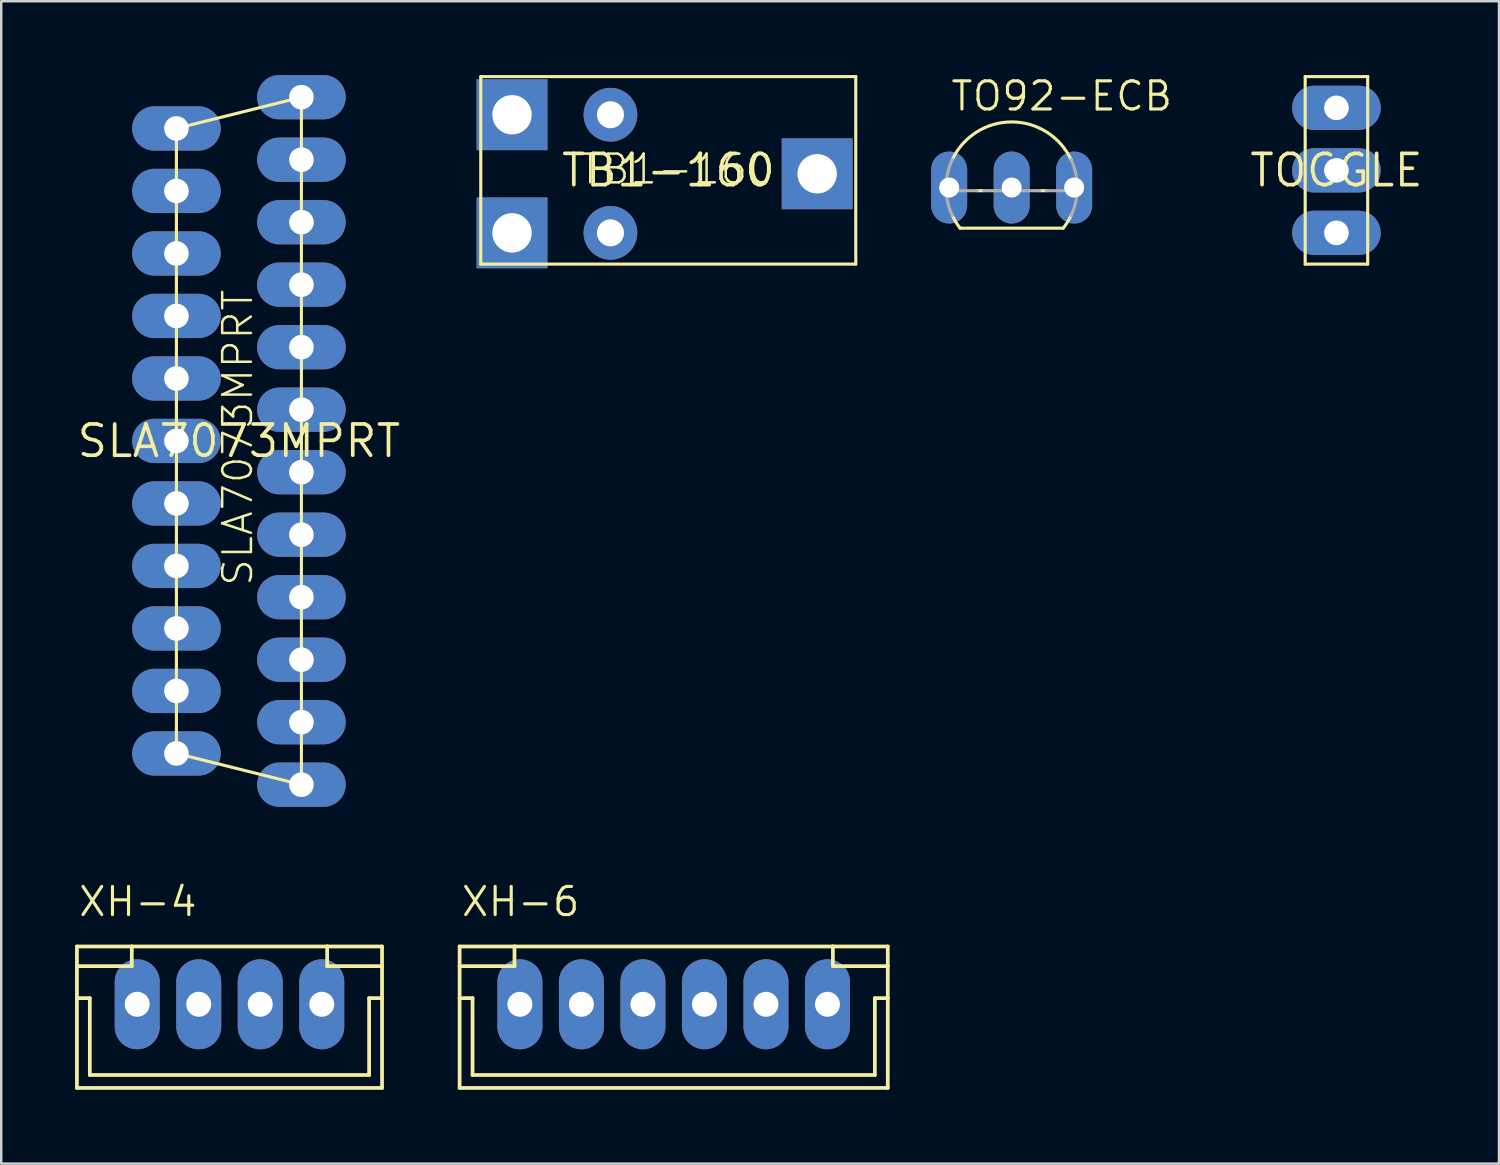
<source format=kicad_pcb>
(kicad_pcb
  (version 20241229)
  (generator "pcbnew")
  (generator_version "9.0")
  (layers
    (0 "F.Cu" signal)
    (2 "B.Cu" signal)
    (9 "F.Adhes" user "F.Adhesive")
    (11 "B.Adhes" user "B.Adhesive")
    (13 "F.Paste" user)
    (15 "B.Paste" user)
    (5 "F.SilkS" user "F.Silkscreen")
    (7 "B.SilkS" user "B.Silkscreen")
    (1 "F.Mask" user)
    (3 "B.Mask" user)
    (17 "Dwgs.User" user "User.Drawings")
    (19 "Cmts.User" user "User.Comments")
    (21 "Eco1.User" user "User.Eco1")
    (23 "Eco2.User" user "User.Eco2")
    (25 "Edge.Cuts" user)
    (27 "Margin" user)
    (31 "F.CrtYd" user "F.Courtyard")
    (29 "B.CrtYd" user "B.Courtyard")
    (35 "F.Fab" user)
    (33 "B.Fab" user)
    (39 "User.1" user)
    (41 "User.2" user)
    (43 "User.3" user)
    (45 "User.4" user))
  (footprint "TOGGLE"
    (layer "F.Cu")
    (at 51.263 3.873)
    (property "Reference" "TOGGLE" (at 0 0 0) (layer "F.SilkS") (effects (font (size 1.27 1.27) (thickness 0.15))))
    (fp_line (start -1.27 -3.81) (end -1.27 3.81) (stroke (width 0.127) (type solid)) (layer "F.SilkS"))
    (fp_line (start -1.27 3.81) (end 1.27 3.81) (stroke (width 0.127) (type solid)) (layer "F.SilkS"))
    (fp_line (start 1.27 -3.81) (end -1.27 -3.81) (stroke (width 0.127) (type solid)) (layer "F.SilkS"))
    (fp_line (start 1.27 3.81) (end 1.27 -3.81) (stroke (width 0.127) (type solid)) (layer "F.SilkS"))
    (pad "1" thru_hole oval (at 0 -2.54) (size 3.6 1.8) (drill 1) (layers "*.Cu" "*.Mask"))
    (pad "2" thru_hole oval (at 0 0) (size 3.6 1.8) (drill 1) (layers "*.Cu" "*.Mask"))
    (pad "3" thru_hole oval (at 0 2.54) (size 3.6 1.8) (drill 1) (layers "*.Cu" "*.Mask")))
  (footprint "XH-6"
    (layer "F.Cu")
    (at 24.329 37.764)
    (property "Reference" "XH-6" (at -8.7 -3.5 0) (layer "F.SilkS") (effects (font (size 1.143 1.143) (thickness 0.127)) (justify left bottom)))
    (fp_line (start -8.7 -2.35) (end -8.7 -1.55) (stroke (width 0.152) (type solid)) (layer "F.SilkS"))
    (fp_line (start -8.7 -2.35) (end -6.47 -2.35) (stroke (width 0.152) (type solid)) (layer "F.SilkS"))
    (fp_line (start -8.7 -1.55) (end -8.7 -0.25) (stroke (width 0.152) (type solid)) (layer "F.SilkS"))
    (fp_line (start -8.7 -1.55) (end -6.47 -1.55) (stroke (width 0.152) (type solid)) (layer "F.SilkS"))
    (fp_line (start -8.7 -0.25) (end -8.7 3.4) (stroke (width 0.152) (type solid)) (layer "F.SilkS"))
    (fp_line (start -8.7 -0.25) (end -8.175 -0.25) (stroke (width 0.152) (type solid)) (layer "F.SilkS"))
    (fp_line (start -8.175 -0.25) (end -8.175 2.875) (stroke (width 0.152) (type solid)) (layer "F.SilkS"))
    (fp_line (start -8.175 2.875) (end 8.175 2.875) (stroke (width 0.152) (type solid)) (layer "F.SilkS"))
    (fp_line (start -6.47 -2.35) (end 6.47 -2.35) (stroke (width 0.152) (type solid)) (layer "F.SilkS"))
    (fp_line (start -6.47 -1.55) (end -6.47 -2.35) (stroke (width 0.152) (type solid)) (layer "F.SilkS"))
    (fp_line (start 6.47 -2.35) (end 6.47 -1.55) (stroke (width 0.152) (type solid)) (layer "F.SilkS"))
    (fp_line (start 6.47 -2.35) (end 8.7 -2.35) (stroke (width 0.152) (type solid)) (layer "F.SilkS"))
    (fp_line (start 6.47 -1.55) (end 8.7 -1.55) (stroke (width 0.152) (type solid)) (layer "F.SilkS"))
    (fp_line (start 8.175 -0.25) (end 8.7 -0.25) (stroke (width 0.152) (type solid)) (layer "F.SilkS"))
    (fp_line (start 8.175 2.875) (end 8.175 -0.25) (stroke (width 0.152) (type solid)) (layer "F.SilkS"))
    (fp_line (start 8.7 -2.35) (end 8.7 -1.55) (stroke (width 0.152) (type solid)) (layer "F.SilkS"))
    (fp_line (start 8.7 -1.55) (end 8.7 -0.25) (stroke (width 0.152) (type solid)) (layer "F.SilkS"))
    (fp_line (start 8.7 -0.25) (end 8.7 3.4) (stroke (width 0.152) (type solid)) (layer "F.SilkS"))
    (fp_line (start 8.7 3.4) (end -8.7 3.4) (stroke (width 0.152) (type solid)) (layer "F.SilkS"))
    (pad "1" thru_hole oval (at -6.25 0 90) (size 3.658 1.829) (drill 1.016) (layers "*.Cu" "*.Mask"))
    (pad "2" thru_hole oval (at -3.75 0 90) (size 3.658 1.829) (drill 1.016) (layers "*.Cu" "*.Mask"))
    (pad "3" thru_hole oval (at -1.25 0 90) (size 3.658 1.829) (drill 1.016) (layers "*.Cu" "*.Mask"))
    (pad "4" thru_hole oval (at 1.25 0 90) (size 3.658 1.829) (drill 1.016) (layers "*.Cu" "*.Mask"))
    (pad "5" thru_hole oval (at 3.75 0 90) (size 3.658 1.829) (drill 1.016) (layers "*.Cu" "*.Mask"))
    (pad "6" thru_hole oval (at 6.25 0 90) (size 3.658 1.829) (drill 1.016) (layers "*.Cu" "*.Mask")))
  (footprint "TO92-ECB"
    (layer "F.Cu")
    (at 38.064 4.572)
    (property "Reference" "TO92-ECB" (at -2.54 -3.048 0) (layer "F.SilkS") (effects (font (size 1.143 1.143) (thickness 0.127)) (justify left bottom)))
    (fp_line (start -2.095 1.651) (end 2.095 1.651) (stroke (width 0.127) (type solid)) (layer "F.SilkS"))
    (fp_line (start -1.136 0.127) (end -1.404 0.127) (stroke (width 0.127) (type solid)) (layer "F.SilkS"))
    (fp_line (start 1.404 0.127) (end 1.136 0.127) (stroke (width 0.127) (type solid)) (layer "F.SilkS"))
    (fp_arc (start -2.413 -1.1359) (mid -0.000001 -2.666986) (end 2.412999 -1.135901) (stroke (width 0.127) (type solid)) (layer "F.SilkS"))
    (fp_arc (start -2.095 1.651) (mid -2.268918 1.40252) (end -2.4135 1.1359) (stroke (width 0.127) (type solid)) (layer "F.SilkS"))
    (fp_arc (start 2.4247 1.1118) (mid 2.275878 1.391201) (end 2.095 1.651) (stroke (width 0.127) (type solid)) (layer "F.SilkS"))
    (fp_line (start -1.404 0.127) (end -2.664 0.127) (stroke (width 0.127) (type solid)) (layer "F.Fab"))
    (fp_line (start 1.136 0.127) (end -1.136 0.127) (stroke (width 0.127) (type solid)) (layer "F.Fab"))
    (fp_line (start 2.664 0.127) (end 1.404 0.127) (stroke (width 0.127) (type solid)) (layer "F.Fab"))
    (fp_arc (start -2.663999 0.127) (mid -2.615866 -0.519826) (end -2.413 -1.1359) (stroke (width 0.127) (type solid)) (layer "F.Fab"))
    (fp_arc (start -2.413 1.1359) (mid -2.588137 0.643799) (end -2.664 0.127) (stroke (width 0.127) (type solid)) (layer "F.Fab"))
    (fp_arc (start 2.413 -1.1359) (mid 2.615846 -0.519822) (end 2.664 0.127) (stroke (width 0.127) (type solid)) (layer "F.Fab"))
    (fp_arc (start 2.664 0.127) (mid 2.588137 0.643799) (end 2.413 1.1359) (stroke (width 0.127) (type solid)) (layer "F.Fab"))
    (pad "B" thru_hole oval (at 2.54 0 90) (size 2.926 1.463) (drill 0.813) (layers "*.Cu" "*.Mask"))
    (pad "C" thru_hole oval (at 0 0 90) (size 2.926 1.463) (drill 0.813) (layers "*.Cu" "*.Mask"))
    (pad "E" thru_hole oval (at -2.54 0 90) (size 2.926 1.463) (drill 0.813) (layers "*.Cu" "*.Mask")))
  (footprint "XH-4"
    (layer "F.Cu")
    (at 6.276 37.764)
    (property "Reference" "XH-4" (at -6.2 -3.5 0) (layer "F.SilkS") (effects (font (size 1.143 1.143) (thickness 0.127)) (justify left bottom)))
    (fp_line (start -6.2 -2.35) (end -6.2 -1.55) (stroke (width 0.152) (type solid)) (layer "F.SilkS"))
    (fp_line (start -6.2 -2.35) (end -3.97 -2.35) (stroke (width 0.152) (type solid)) (layer "F.SilkS"))
    (fp_line (start -6.2 -1.55) (end -6.2 -0.25) (stroke (width 0.152) (type solid)) (layer "F.SilkS"))
    (fp_line (start -6.2 -1.55) (end -3.97 -1.55) (stroke (width 0.152) (type solid)) (layer "F.SilkS"))
    (fp_line (start -6.2 -0.25) (end -6.2 3.4) (stroke (width 0.152) (type solid)) (layer "F.SilkS"))
    (fp_line (start -6.2 -0.25) (end -5.675 -0.25) (stroke (width 0.152) (type solid)) (layer "F.SilkS"))
    (fp_line (start -5.675 -0.25) (end -5.675 2.875) (stroke (width 0.152) (type solid)) (layer "F.SilkS"))
    (fp_line (start -5.675 2.875) (end 5.675 2.875) (stroke (width 0.152) (type solid)) (layer "F.SilkS"))
    (fp_line (start -3.97 -2.35) (end 3.97 -2.35) (stroke (width 0.152) (type solid)) (layer "F.SilkS"))
    (fp_line (start -3.97 -1.55) (end -3.97 -2.35) (stroke (width 0.152) (type solid)) (layer "F.SilkS"))
    (fp_line (start 3.97 -2.35) (end 3.97 -1.55) (stroke (width 0.152) (type solid)) (layer "F.SilkS"))
    (fp_line (start 3.97 -2.35) (end 6.2 -2.35) (stroke (width 0.152) (type solid)) (layer "F.SilkS"))
    (fp_line (start 3.97 -1.55) (end 6.2 -1.55) (stroke (width 0.152) (type solid)) (layer "F.SilkS"))
    (fp_line (start 5.675 -0.25) (end 6.2 -0.25) (stroke (width 0.152) (type solid)) (layer "F.SilkS"))
    (fp_line (start 5.675 2.875) (end 5.675 -0.25) (stroke (width 0.152) (type solid)) (layer "F.SilkS"))
    (fp_line (start 6.2 -2.35) (end 6.2 -1.55) (stroke (width 0.152) (type solid)) (layer "F.SilkS"))
    (fp_line (start 6.2 -1.55) (end 6.2 -0.25) (stroke (width 0.152) (type solid)) (layer "F.SilkS"))
    (fp_line (start 6.2 -0.25) (end 6.2 3.4) (stroke (width 0.152) (type solid)) (layer "F.SilkS"))
    (fp_line (start 6.2 3.4) (end -6.2 3.4) (stroke (width 0.152) (type solid)) (layer "F.SilkS"))
    (pad "1" thru_hole oval (at -3.75 0 90) (size 3.658 1.829) (drill 1.016) (layers "*.Cu" "*.Mask"))
    (pad "2" thru_hole oval (at -1.25 0 90) (size 3.658 1.829) (drill 1.016) (layers "*.Cu" "*.Mask"))
    (pad "3" thru_hole oval (at 1.25 0 90) (size 3.658 1.829) (drill 1.016) (layers "*.Cu" "*.Mask"))
    (pad "4" thru_hole oval (at 3.75 0 90) (size 3.658 1.829) (drill 1.016) (layers "*.Cu" "*.Mask")))
  (footprint "SLA7073MPRT"
    (layer "F.Cu")
    (at 6.66 14.87)
    (property "Reference" "SLA7073MPRT" (at 0 0 0) (layer "F.SilkS") (effects (font (size 1.27 1.27) (thickness 0.15))))
    (fp_line (start -2.54 -12.7) (end -2.54 12.7) (stroke (width 0.127) (type solid)) (layer "F.SilkS"))
    (fp_line (start -2.54 12.7) (end 2.54 13.97) (stroke (width 0.127) (type solid)) (layer "F.SilkS"))
    (fp_line (start 2.54 -13.97) (end -2.54 -12.7) (stroke (width 0.127) (type solid)) (layer "F.SilkS"))
    (fp_line (start 2.54 13.97) (end 2.54 -13.97) (stroke (width 0.127) (type solid)) (layer "F.SilkS"))
    (fp_text user "SLA7073MPRT" (at 0.635 5.969 90) (layer "F.SilkS") (effects (font (size 1.168 1.168) (thickness 0.102)) (justify left bottom)))
    (pad "CLK" thru_hole oval (at -2.54 2.54) (size 3.6 1.8) (drill 1) (layers "*.Cu" "*.Mask"))
    (pad "DIR" thru_hole oval (at -2.54 -5.08) (size 3.6 1.8) (drill 1) (layers "*.Cu" "*.Mask"))
    (pad "FLAG" thru_hole oval (at -2.54 -7.62) (size 3.6 1.8) (drill 1) (layers "*.Cu" "*.Mask"))
    (pad "GND" thru_hole oval (at -2.54 0) (size 3.6 1.8) (drill 1) (layers "*.Cu" "*.Mask"))
    (pad "M1" thru_hole oval (at 2.54 6.35) (size 3.6 1.8) (drill 1) (layers "*.Cu" "*.Mask"))
    (pad "M2" thru_hole oval (at -2.54 5.08) (size 3.6 1.8) (drill 1) (layers "*.Cu" "*.Mask"))
    (pad "M3" thru_hole oval (at 2.54 3.81) (size 3.6 1.8) (drill 1) (layers "*.Cu" "*.Mask"))
    (pad "NC" thru_hole oval (at -2.54 7.62) (size 3.6 1.8) (drill 1) (layers "*.Cu" "*.Mask"))
    (pad "OUTA/1" thru_hole oval (at 2.54 11.43) (size 3.6 1.8) (drill 1) (layers "*.Cu" "*.Mask"))
    (pad "OUTA/2" thru_hole oval (at -2.54 10.16) (size 3.6 1.8) (drill 1) (layers "*.Cu" "*.Mask"))
    (pad "OUTA1" thru_hole oval (at 2.54 13.97) (size 3.6 1.8) (drill 1) (layers "*.Cu" "*.Mask"))
    (pad "OUTA2" thru_hole oval (at -2.54 12.7) (size 3.6 1.8) (drill 1) (layers "*.Cu" "*.Mask"))
    (pad "OUTB/1" thru_hole oval (at -2.54 -10.16) (size 3.6 1.8) (drill 1) (layers "*.Cu" "*.Mask"))
    (pad "OUTB/2" thru_hole oval (at 2.54 -11.43) (size 3.6 1.8) (drill 1) (layers "*.Cu" "*.Mask"))
    (pad "OUTB1" thru_hole oval (at -2.54 -12.7) (size 3.6 1.8) (drill 1) (layers "*.Cu" "*.Mask"))
    (pad "OUTB2" thru_hole oval (at 2.54 -13.97) (size 3.6 1.8) (drill 1) (layers "*.Cu" "*.Mask"))
    (pad "RST" thru_hole oval (at 2.54 -3.81) (size 3.6 1.8) (drill 1) (layers "*.Cu" "*.Mask"))
    (pad "SENSEA" thru_hole oval (at 2.54 8.89) (size 3.6 1.8) (drill 1) (layers "*.Cu" "*.Mask"))
    (pad "SENSEB" thru_hole oval (at 2.54 -8.89) (size 3.6 1.8) (drill 1) (layers "*.Cu" "*.Mask"))
    (pad "SLP" thru_hole oval (at 2.54 -1.27) (size 3.6 1.8) (drill 1) (layers "*.Cu" "*.Mask"))
    (pad "SYNC" thru_hole oval (at 2.54 -6.35) (size 3.6 1.8) (drill 1) (layers "*.Cu" "*.Mask"))
    (pad "VBB" thru_hole oval (at 2.54 1.27) (size 3.6 1.8) (drill 1) (layers "*.Cu" "*.Mask"))
    (pad "VDD" thru_hole oval (at -2.54 -2.54) (size 3.6 1.8) (drill 1) (layers "*.Cu" "*.Mask")))
  (footprint "TB1-160"
    (layer "F.Cu")
    (at 24.109 3.873)
    (property "Reference" "TB1-160" (at 0 0 0) (layer "F.SilkS") (effects (font (size 1.27 1.27) (thickness 0.15))))
    (fp_line (start -7.62 -3.81) (end -7.62 3.81) (stroke (width 0.127) (type solid)) (layer "F.SilkS"))
    (fp_line (start -7.62 3.81) (end 7.62 3.81) (stroke (width 0.127) (type solid)) (layer "F.SilkS"))
    (fp_line (start 7.62 -3.81) (end -7.62 -3.81) (stroke (width 0.127) (type solid)) (layer "F.SilkS"))
    (fp_line (start 7.62 3.81) (end 7.62 -3.81) (stroke (width 0.127) (type solid)) (layer "F.SilkS"))
    (fp_text user "TB1-160" (at -3.683 0.635 0) (layer "F.SilkS") (effects (font (size 1.168 1.168) (thickness 0.102)) (justify left bottom)))
    (pad "COIL1" thru_hole circle (at -2.35 -2.26) (size 2.184 2.184) (drill 1.1) (layers "*.Cu" "*.Mask"))
    (pad "COIL2" thru_hole circle (at -2.35 2.54) (size 2.184 2.184) (drill 1.1) (layers "*.Cu" "*.Mask"))
    (pad "COM" thru_hole rect (at 6.05 0.14) (size 2.88 2.88) (drill 1.6) (layers "*.Cu" "*.Mask"))
    (pad "NC" thru_hole rect (at -6.35 2.54) (size 2.88 2.88) (drill 1.6) (layers "*.Cu" "*.Mask"))
    (pad "NO" thru_hole rect (at -6.35 -2.26) (size 2.88 2.88) (drill 1.6) (layers "*.Cu" "*.Mask")))
  (gr_rect
    (start -3 -3)
    (end 57.869 44.24)
    (stroke (width 0.1) (type default))
    (fill no)
    (layer "Edge.Cuts")))
</source>
